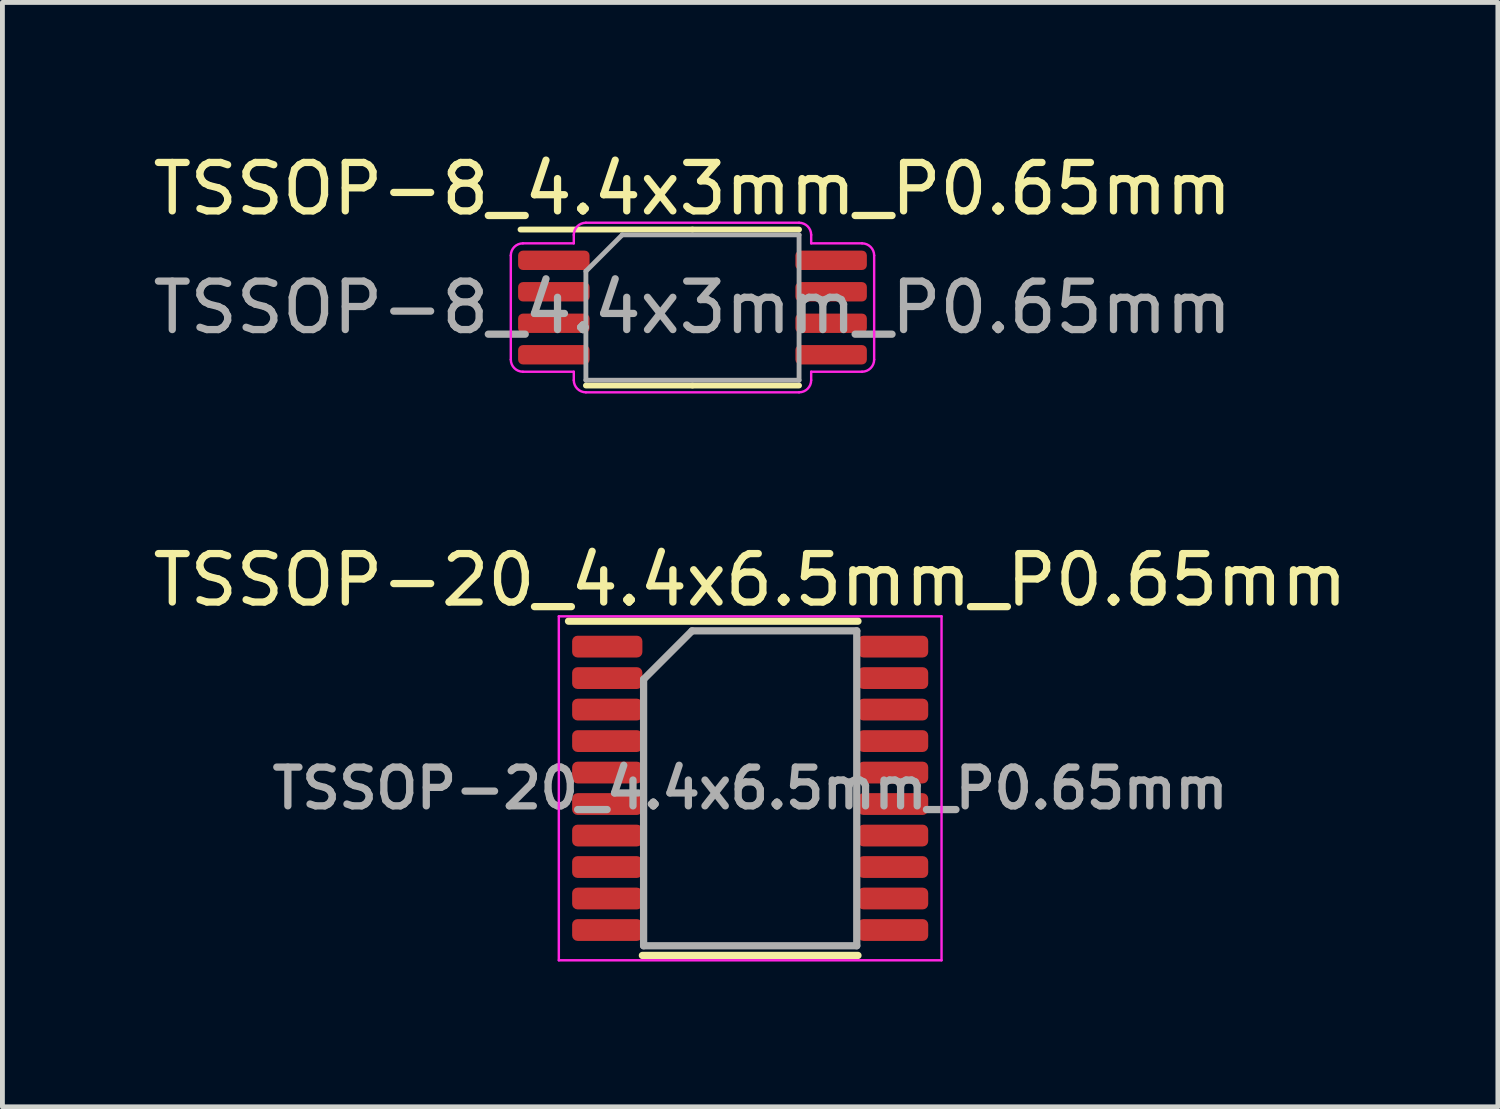
<source format=kicad_pcb>
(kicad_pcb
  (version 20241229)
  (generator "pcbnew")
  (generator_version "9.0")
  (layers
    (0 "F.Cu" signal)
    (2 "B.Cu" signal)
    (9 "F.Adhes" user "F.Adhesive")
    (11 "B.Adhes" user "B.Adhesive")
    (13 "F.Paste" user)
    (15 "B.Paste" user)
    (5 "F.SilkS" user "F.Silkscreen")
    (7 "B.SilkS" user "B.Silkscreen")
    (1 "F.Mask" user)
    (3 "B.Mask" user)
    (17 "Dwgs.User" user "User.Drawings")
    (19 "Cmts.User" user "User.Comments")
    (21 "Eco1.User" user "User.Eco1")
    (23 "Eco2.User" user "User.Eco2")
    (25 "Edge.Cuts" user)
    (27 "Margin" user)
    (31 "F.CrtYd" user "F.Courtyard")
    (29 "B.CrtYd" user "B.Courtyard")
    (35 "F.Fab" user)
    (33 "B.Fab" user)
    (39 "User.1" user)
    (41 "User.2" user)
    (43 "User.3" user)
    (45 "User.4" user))
  (footprint "TSSOP-8_4.4x3mm_P0.65mm"
    (layer "F.Cu")
    (at 11.244 3.298)
    (property "Reference" "TSSOP-8_4.4x3mm_P0.65mm" (at 0 -2.45 180) (layer "F.SilkS") (effects (font (size 1 1) (thickness 0.15))))
    (attr smd)
    (fp_line (start 0 -1.61) (end -3.55 -1.61) (stroke (width 0.12) (type solid)) (layer "F.SilkS"))
    (fp_line (start 0 -1.61) (end 2.2 -1.61) (stroke (width 0.12) (type solid)) (layer "F.SilkS"))
    (fp_line (start 0 1.61) (end -2.2 1.61) (stroke (width 0.12) (type solid)) (layer "F.SilkS"))
    (fp_line (start 0 1.61) (end 2.2 1.61) (stroke (width 0.12) (type solid)) (layer "F.SilkS"))
    (fp_line (start -3.75 -1.075) (end -3.75 1.075) (stroke (width 0.05) (type solid)) (layer "F.CrtYd"))
    (fp_line (start -3.5 -1.325) (end -2.45 -1.325) (stroke (width 0.05) (type solid)) (layer "F.CrtYd"))
    (fp_line (start -3.5 1.325) (end -2.45 1.325) (stroke (width 0.05) (type solid)) (layer "F.CrtYd"))
    (fp_line (start -2.45 -1.325) (end -2.45 -1.5) (stroke (width 0.05) (type solid)) (layer "F.CrtYd"))
    (fp_line (start -2.45 1.325) (end -2.45 1.5) (stroke (width 0.05) (type solid)) (layer "F.CrtYd"))
    (fp_line (start -2.2 -1.75) (end 2.2 -1.75) (stroke (width 0.05) (type solid)) (layer "F.CrtYd"))
    (fp_line (start 2.2 1.75) (end -2.2 1.75) (stroke (width 0.05) (type solid)) (layer "F.CrtYd"))
    (fp_line (start 2.45 -1.5) (end 2.45 -1.325) (stroke (width 0.05) (type solid)) (layer "F.CrtYd"))
    (fp_line (start 2.45 -1.325) (end 3.5 -1.325) (stroke (width 0.05) (type solid)) (layer "F.CrtYd"))
    (fp_line (start 2.45 1.325) (end 2.45 1.5) (stroke (width 0.05) (type solid)) (layer "F.CrtYd"))
    (fp_line (start 3.5 1.325) (end 2.45 1.325) (stroke (width 0.05) (type solid)) (layer "F.CrtYd"))
    (fp_line (start 3.75 -1.075) (end 3.75 1.075) (stroke (width 0.05) (type solid)) (layer "F.CrtYd"))
    (fp_arc (start -3.75 -1.075) (mid -3.676777 -1.251777) (end -3.5 -1.325) (stroke (width 0.05) (type solid)) (layer "F.CrtYd"))
    (fp_arc (start -3.5 1.325) (mid -3.676777 1.251777) (end -3.75 1.075) (stroke (width 0.05) (type solid)) (layer "F.CrtYd"))
    (fp_arc (start -2.45 -1.5) (mid -2.376777 -1.676777) (end -2.2 -1.75) (stroke (width 0.05) (type solid)) (layer "F.CrtYd"))
    (fp_arc (start -2.2 1.75) (mid -2.376777 1.676777) (end -2.45 1.5) (stroke (width 0.05) (type solid)) (layer "F.CrtYd"))
    (fp_arc (start 2.2 -1.75) (mid 2.376777 -1.676777) (end 2.45 -1.5) (stroke (width 0.05) (type solid)) (layer "F.CrtYd"))
    (fp_arc (start 2.45 1.5) (mid 2.376777 1.676777) (end 2.2 1.75) (stroke (width 0.05) (type solid)) (layer "F.CrtYd"))
    (fp_arc (start 3.5 -1.325) (mid 3.676777 -1.251777) (end 3.75 -1.075) (stroke (width 0.05) (type solid)) (layer "F.CrtYd"))
    (fp_arc (start 3.75 1.075) (mid 3.676777 1.251777) (end 3.5 1.325) (stroke (width 0.05) (type solid)) (layer "F.CrtYd"))
    (fp_line (start -2.2 -0.75) (end -1.45 -1.5) (stroke (width 0.1) (type solid)) (layer "F.Fab"))
    (fp_line (start -2.2 1.5) (end -2.2 -0.75) (stroke (width 0.1) (type solid)) (layer "F.Fab"))
    (fp_line (start -1.45 -1.5) (end 2.2 -1.5) (stroke (width 0.1) (type solid)) (layer "F.Fab"))
    (fp_line (start 2.2 -1.5) (end 2.2 1.5) (stroke (width 0.1) (type solid)) (layer "F.Fab"))
    (fp_line (start 2.2 1.5) (end -2.2 1.5) (stroke (width 0.1) (type solid)) (layer "F.Fab"))
    (fp_text user "${REFERENCE}" (at 0 0 180) (layer "F.Fab") (effects (font (size 1 1) (thickness 0.15))))
    (pad "1" smd roundrect (at -2.862 -0.975) (size 1.475 0.4) (layers "F.Cu" "F.Mask" "F.Paste") (roundrect_rratio 0.25))
    (pad "2" smd roundrect (at -2.862 -0.325) (size 1.475 0.4) (layers "F.Cu" "F.Mask" "F.Paste") (roundrect_rratio 0.25))
    (pad "3" smd roundrect (at -2.862 0.325) (size 1.475 0.4) (layers "F.Cu" "F.Mask" "F.Paste") (roundrect_rratio 0.25))
    (pad "4" smd roundrect (at -2.862 0.975) (size 1.475 0.4) (layers "F.Cu" "F.Mask" "F.Paste") (roundrect_rratio 0.25))
    (pad "5" smd roundrect (at 2.862 0.975) (size 1.475 0.4) (layers "F.Cu" "F.Mask" "F.Paste") (roundrect_rratio 0.25))
    (pad "6" smd roundrect (at 2.862 0.325) (size 1.475 0.4) (layers "F.Cu" "F.Mask" "F.Paste") (roundrect_rratio 0.25))
    (pad "7" smd roundrect (at 2.862 -0.325) (size 1.475 0.4) (layers "F.Cu" "F.Mask" "F.Paste") (roundrect_rratio 0.25))
    (pad "8" smd roundrect (at 2.862 -0.975) (size 1.475 0.4) (layers "F.Cu" "F.Mask" "F.Paste") (roundrect_rratio 0.25)))
  (footprint "TSSOP-20_4.4x6.5mm_P0.65mm"
    (layer "F.Cu")
    (at 12.435 13.222)
    (property "Reference" "TSSOP-20_4.4x6.5mm_P0.65mm" (at 0 -4.3 0) (layer "F.SilkS") (effects (font (size 1 1) (thickness 0.15))))
    (attr smd)
    (fp_line (start -3.75 -3.45) (end 2.225 -3.45) (stroke (width 0.15) (type solid)) (layer "F.SilkS"))
    (fp_line (start -2.225 3.45) (end 2.225 3.45) (stroke (width 0.15) (type solid)) (layer "F.SilkS"))
    (fp_line (start -3.95 -3.55) (end -3.95 3.55) (stroke (width 0.05) (type solid)) (layer "F.CrtYd"))
    (fp_line (start -3.95 -3.55) (end 3.95 -3.55) (stroke (width 0.05) (type solid)) (layer "F.CrtYd"))
    (fp_line (start -3.95 3.55) (end 3.95 3.55) (stroke (width 0.05) (type solid)) (layer "F.CrtYd"))
    (fp_line (start 3.95 -3.55) (end 3.95 3.55) (stroke (width 0.05) (type solid)) (layer "F.CrtYd"))
    (fp_line (start -2.2 -2.25) (end -1.2 -3.25) (stroke (width 0.15) (type solid)) (layer "F.Fab"))
    (fp_line (start -2.2 3.25) (end -2.2 -2.25) (stroke (width 0.15) (type solid)) (layer "F.Fab"))
    (fp_line (start -1.2 -3.25) (end 2.2 -3.25) (stroke (width 0.15) (type solid)) (layer "F.Fab"))
    (fp_line (start 2.2 -3.25) (end 2.2 3.25) (stroke (width 0.15) (type solid)) (layer "F.Fab"))
    (fp_line (start 2.2 3.25) (end -2.2 3.25) (stroke (width 0.15) (type solid)) (layer "F.Fab"))
    (fp_text user "${REFERENCE}" (at 0 0 0) (layer "F.Fab") (effects (font (size 0.8 0.8) (thickness 0.15))))
    (pad "1" smd roundrect (at -2.95 -2.925) (size 1.45 0.45) (layers "F.Cu" "F.Mask" "F.Paste") (roundrect_rratio 0.25))
    (pad "2" smd roundrect (at -2.95 -2.275) (size 1.45 0.45) (layers "F.Cu" "F.Mask" "F.Paste") (roundrect_rratio 0.25))
    (pad "3" smd roundrect (at -2.95 -1.625) (size 1.45 0.45) (layers "F.Cu" "F.Mask" "F.Paste") (roundrect_rratio 0.25))
    (pad "4" smd roundrect (at -2.95 -0.975) (size 1.45 0.45) (layers "F.Cu" "F.Mask" "F.Paste") (roundrect_rratio 0.25))
    (pad "5" smd roundrect (at -2.95 -0.325) (size 1.45 0.45) (layers "F.Cu" "F.Mask" "F.Paste") (roundrect_rratio 0.25))
    (pad "6" smd roundrect (at -2.95 0.325) (size 1.45 0.45) (layers "F.Cu" "F.Mask" "F.Paste") (roundrect_rratio 0.25))
    (pad "7" smd roundrect (at -2.95 0.975) (size 1.45 0.45) (layers "F.Cu" "F.Mask" "F.Paste") (roundrect_rratio 0.25))
    (pad "8" smd roundrect (at -2.95 1.625) (size 1.45 0.45) (layers "F.Cu" "F.Mask" "F.Paste") (roundrect_rratio 0.25))
    (pad "9" smd roundrect (at -2.95 2.275) (size 1.45 0.45) (layers "F.Cu" "F.Mask" "F.Paste") (roundrect_rratio 0.25))
    (pad "10" smd roundrect (at -2.95 2.925) (size 1.45 0.45) (layers "F.Cu" "F.Mask" "F.Paste") (roundrect_rratio 0.25))
    (pad "11" smd roundrect (at 2.95 2.925) (size 1.45 0.45) (layers "F.Cu" "F.Mask" "F.Paste") (roundrect_rratio 0.25))
    (pad "12" smd roundrect (at 2.95 2.275) (size 1.45 0.45) (layers "F.Cu" "F.Mask" "F.Paste") (roundrect_rratio 0.25))
    (pad "13" smd roundrect (at 2.95 1.625) (size 1.45 0.45) (layers "F.Cu" "F.Mask" "F.Paste") (roundrect_rratio 0.25))
    (pad "14" smd roundrect (at 2.95 0.975) (size 1.45 0.45) (layers "F.Cu" "F.Mask" "F.Paste") (roundrect_rratio 0.25))
    (pad "15" smd roundrect (at 2.95 0.325) (size 1.45 0.45) (layers "F.Cu" "F.Mask" "F.Paste") (roundrect_rratio 0.25))
    (pad "16" smd roundrect (at 2.95 -0.325) (size 1.45 0.45) (layers "F.Cu" "F.Mask" "F.Paste") (roundrect_rratio 0.25))
    (pad "17" smd roundrect (at 2.95 -0.975) (size 1.45 0.45) (layers "F.Cu" "F.Mask" "F.Paste") (roundrect_rratio 0.25))
    (pad "18" smd roundrect (at 2.95 -1.625) (size 1.45 0.45) (layers "F.Cu" "F.Mask" "F.Paste") (roundrect_rratio 0.25))
    (pad "19" smd roundrect (at 2.95 -2.275) (size 1.45 0.45) (layers "F.Cu" "F.Mask" "F.Paste") (roundrect_rratio 0.25))
    (pad "20" smd roundrect (at 2.95 -2.925) (size 1.45 0.45) (layers "F.Cu" "F.Mask" "F.Paste") (roundrect_rratio 0.25)))
  (gr_rect
    (start -3 -3)
    (end 27.869 19.797)
    (stroke (width 0.1) (type default))
    (fill no)
    (layer "Edge.Cuts")))
</source>
